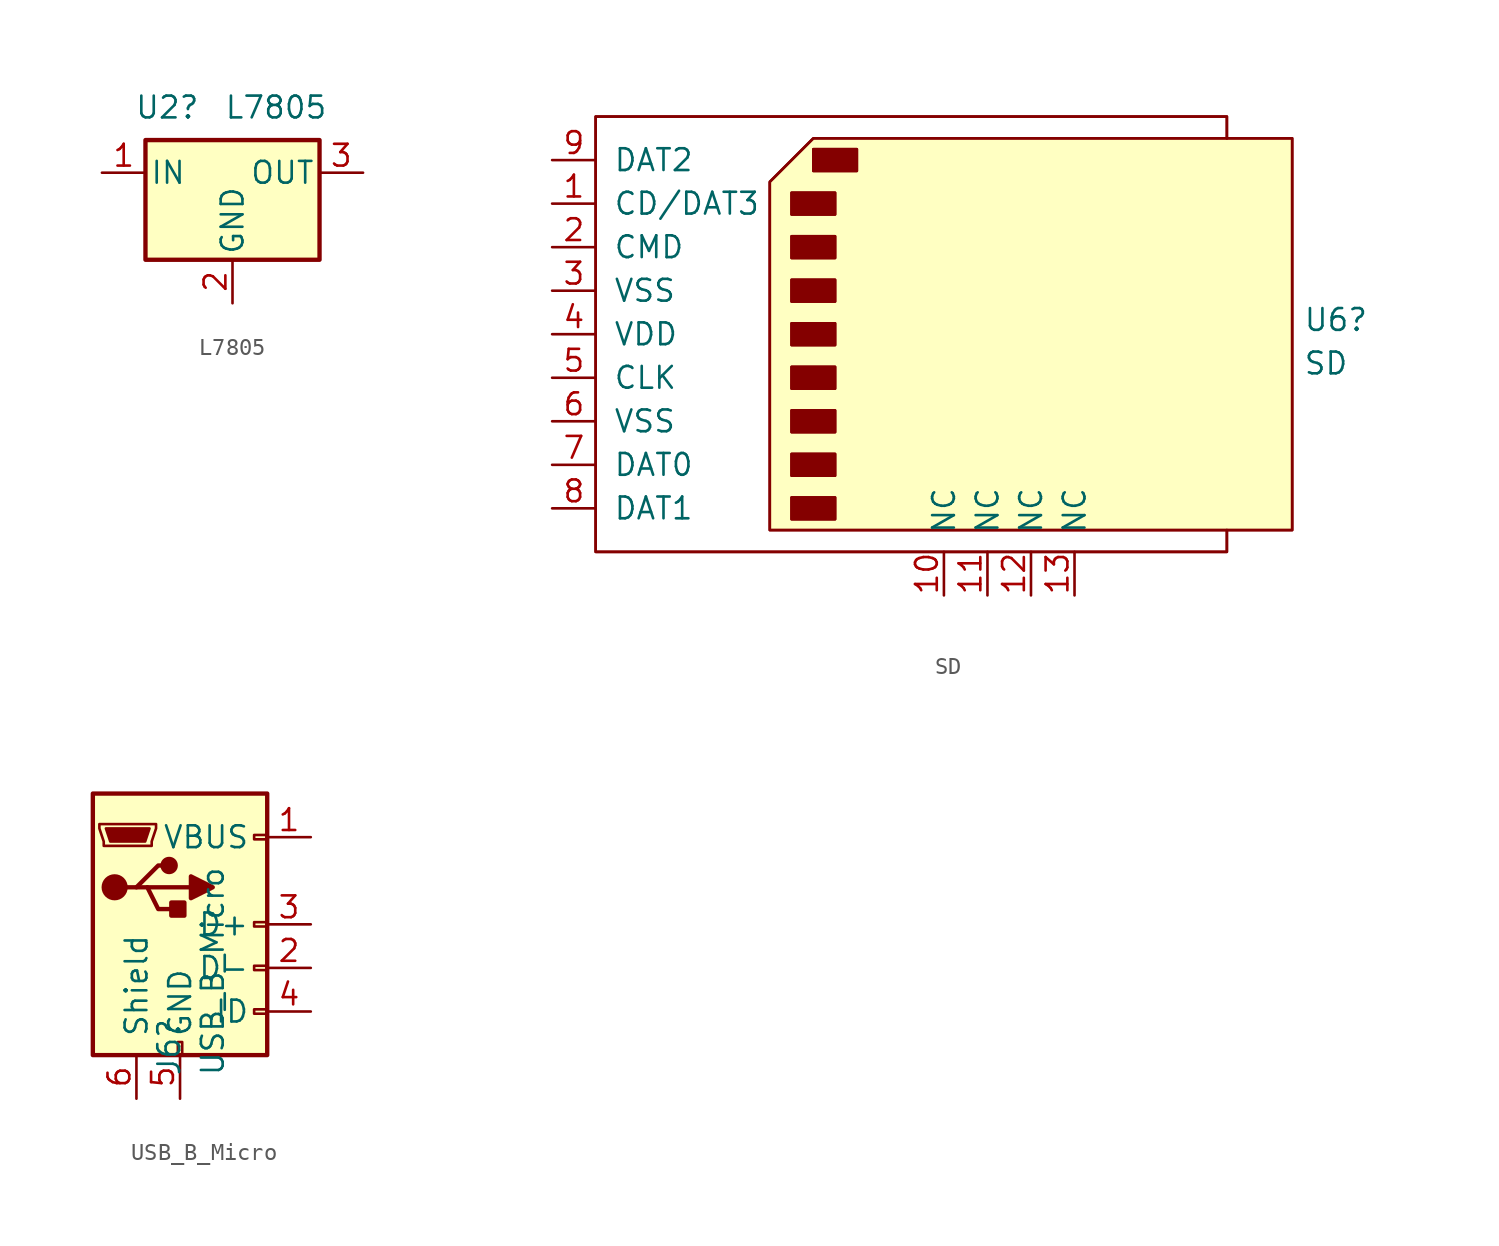
<source format=kicad_sym>
(kicad_symbol_lib
  (version 20220914)
  (generator kicad_symbol_editor)
  (symbol "L7805"
    (pin_names
      (offset 0.254))
    (property "Reference" "U2"
      (at -3.81 3.81 0)
      (effects (font (size 1.27 1.27))))
    (property "Value" "L7805"
      (at 2.54 3.81 0)
      (effects (font (size 1.27 1.27))))
    (symbol "L7805_0_1"
      (rectangle (start -5.08 1.905) (end 5.08 -5.08) (stroke (width 0.254) (type default)) (fill (type background))))
    (symbol "L7805_1_1"
      (pin input line (at -7.62 0 0) (length 2.54) (name "IN" (effects (font (size 1.27 1.27)))) (number "1" (effects (font (size 1.27 1.27)))))
      (pin power_in line (at 0 -7.62 90) (length 2.54) (name "GND" (effects (font (size 1.27 1.27)))) (number "2" (effects (font (size 1.27 1.27)))))
      (pin power_out line (at 7.62 0 180) (length 2.54) (name "OUT" (effects (font (size 1.27 1.27)))) (number "3" (effects (font (size 1.27 1.27)))))))
  (symbol "SD"
    (pin_names
      (offset 1.016))
    (property "Reference" "U6"
      (at 20.955 0.835 0)
      (effects (font (size 1.27 1.27)) (justify left)))
    (property "Value" "SD"
      (at 20.955 -1.702 0)
      (effects (font (size 1.27 1.27)) (justify left)))
    (symbol "SD_0_1"
      (rectangle (start -8.89 -9.525) (end -6.35 -10.795) (stroke (width 0) (type solid)) (fill (type outline)))
      (rectangle (start -8.89 -9.525) (end -6.35 -10.795) (stroke (width 0) (type solid)) (fill (type outline)))
      (rectangle (start -8.89 -6.985) (end -6.35 -8.255) (stroke (width 0) (type solid)) (fill (type outline)))
      (rectangle (start -8.89 -6.985) (end -6.35 -8.255) (stroke (width 0) (type solid)) (fill (type outline)))
      (rectangle (start -8.89 -4.445) (end -6.35 -5.715) (stroke (width 0) (type solid)) (fill (type outline)))
      (rectangle (start -8.89 -4.445) (end -6.35 -5.715) (stroke (width 0) (type solid)) (fill (type outline)))
      (rectangle (start -8.89 -1.905) (end -6.35 -3.175) (stroke (width 0) (type solid)) (fill (type outline)))
      (rectangle (start -8.89 -1.905) (end -6.35 -3.175) (stroke (width 0) (type solid)) (fill (type outline)))
      (rectangle (start -8.89 0.635) (end -6.35 -0.635) (stroke (width 0) (type solid)) (fill (type outline)))
      (rectangle (start -8.89 0.635) (end -6.35 -0.635) (stroke (width 0) (type solid)) (fill (type outline)))
      (rectangle (start -8.89 3.175) (end -6.35 1.905) (stroke (width 0) (type solid)) (fill (type outline)))
      (rectangle (start -8.89 3.175) (end -6.35 1.905) (stroke (width 0) (type solid)) (fill (type outline)))
      (rectangle (start -8.89 5.715) (end -6.35 4.445) (stroke (width 0) (type solid)) (fill (type outline)))
      (rectangle (start -8.89 5.715) (end -6.35 4.445) (stroke (width 0) (type solid)) (fill (type outline)))
      (rectangle (start -8.89 8.255) (end -6.35 6.985) (stroke (width 0) (type solid)) (fill (type outline)))
      (rectangle (start -8.89 8.255) (end -6.35 6.985) (stroke (width 0) (type solid)) (fill (type outline)))
      (rectangle (start -7.62 10.795) (end -5.08 9.525) (stroke (width 0) (type solid)) (fill (type outline)))
      (rectangle (start -7.62 10.795) (end -5.08 9.525) (stroke (width 0) (type solid)) (fill (type outline)))
      (polyline (pts (xy -10.16 8.89) (xy -7.62 11.43) (xy 20.32 11.43) (xy 20.32 -11.43) (xy -10.16 -11.43) (xy -10.16 8.89)) (stroke (width 0) (type solid)) (fill (type background)))
      (polyline (pts (xy -10.16 8.89) (xy -7.62 11.43) (xy 20.32 11.43) (xy 20.32 -11.43) (xy -10.16 -11.43) (xy -10.16 8.89)) (stroke (width 0) (type solid)) (fill (type background)))
      (polyline (pts (xy 16.51 11.43) (xy 16.51 12.7) (xy -20.32 12.7) (xy -20.32 -12.7) (xy 16.51 -12.7) (xy 16.51 -11.43)) (stroke (width 0) (type solid)) (fill (type none)))
      (polyline (pts (xy 16.51 11.43) (xy 16.51 12.7) (xy -20.32 12.7) (xy -20.32 -12.7) (xy 16.51 -12.7) (xy 16.51 -11.43)) (stroke (width 0) (type solid)) (fill (type none))))
    (symbol "SD_1_1"
      (pin input line (at -22.86 7.62 0) (length 2.54) (name "CD/DAT3" (effects (font (size 1.27 1.27)))) (number "1" (effects (font (size 1.27 1.27)))))
      (pin input line (at 0 -15.24 90) (length 2.54) (name "NC" (effects (font (size 1.27 1.27)))) (number "10" (effects (font (size 1.27 1.27)))))
      (pin input line (at 2.54 -15.24 90) (length 2.54) (name "NC" (effects (font (size 1.27 1.27)))) (number "11" (effects (font (size 1.27 1.27)))))
      (pin input line (at 5.08 -15.24 90) (length 2.54) (name "NC" (effects (font (size 1.27 1.27)))) (number "12" (effects (font (size 1.27 1.27)))))
      (pin input line (at 7.62 -15.24 90) (length 2.54) (name "NC" (effects (font (size 1.27 1.27)))) (number "13" (effects (font (size 1.27 1.27)))))
      (pin input line (at -22.86 5.08 0) (length 2.54) (name "CMD" (effects (font (size 1.27 1.27)))) (number "2" (effects (font (size 1.27 1.27)))))
      (pin power_in line (at -22.86 2.54 0) (length 2.54) (name "VSS" (effects (font (size 1.27 1.27)))) (number "3" (effects (font (size 1.27 1.27)))))
      (pin power_in line (at -22.86 0 0) (length 2.54) (name "VDD" (effects (font (size 1.27 1.27)))) (number "4" (effects (font (size 1.27 1.27)))))
      (pin input line (at -22.86 -2.54 0) (length 2.54) (name "CLK" (effects (font (size 1.27 1.27)))) (number "5" (effects (font (size 1.27 1.27)))))
      (pin power_in line (at -22.86 -5.08 0) (length 2.54) (name "VSS" (effects (font (size 1.27 1.27)))) (number "6" (effects (font (size 1.27 1.27)))))
      (pin output line (at -22.86 -7.62 0) (length 2.54) (name "DAT0" (effects (font (size 1.27 1.27)))) (number "7" (effects (font (size 1.27 1.27)))))
      (pin input line (at -22.86 -10.16 0) (length 2.54) (name "DAT1" (effects (font (size 1.27 1.27)))) (number "8" (effects (font (size 1.27 1.27)))))
      (pin input line (at -22.86 10.16 0) (length 2.54) (name "DAT2" (effects (font (size 1.27 1.27)))) (number "9" (effects (font (size 1.27 1.27)))))))
  (symbol "USB_B_Micro"
    (pin_names
      (offset 1.016))
    (property "Reference" "J6"
      (at -0.635 -8.89 90)
      (effects (font (size 1.27 1.27)) (justify left)))
    (property "Value" "USB_B_Micro"
      (at 1.905 -8.89 90)
      (effects (font (size 1.27 1.27)) (justify left)))
    (symbol "USB_B_Micro_0_1"
      (rectangle (start -5.08 -7.62) (end 5.08 7.62) (stroke (width 0.254) (type default)) (fill (type background)))
      (circle (center -3.81 2.159) (radius 0.635) (stroke (width 0.254) (type default)) (fill (type outline)))
      (circle (center -0.635 3.429) (radius 0.381) (stroke (width 0.254) (type default)) (fill (type outline)))
      (rectangle (start -0.127 -7.62) (end 0.127 -6.858) (stroke (width 0) (type default)) (fill (type none)))
      (polyline (pts (xy -1.905 2.159) (xy 0.635 2.159)) (stroke (width 0.254) (type default)) (fill (type none)))
      (polyline (pts (xy -3.175 2.159) (xy -2.54 2.159) (xy -1.27 3.429) (xy -0.635 3.429)) (stroke (width 0.254) (type default)) (fill (type none)))
      (polyline (pts (xy -2.54 2.159) (xy -1.905 2.159) (xy -1.27 0.889) (xy 0 0.889)) (stroke (width 0.254) (type default)) (fill (type none)))
      (polyline (pts (xy 0.635 2.794) (xy 0.635 1.524) (xy 1.905 2.159) (xy 0.635 2.794)) (stroke (width 0.254) (type default)) (fill (type outline)))
      (polyline (pts (xy -4.318 5.588) (xy -1.778 5.588) (xy -2.032 4.826) (xy -4.064 4.826) (xy -4.318 5.588)) (stroke (width 0) (type default)) (fill (type outline)))
      (polyline (pts (xy -4.699 5.842) (xy -4.699 5.588) (xy -4.445 4.826) (xy -4.445 4.572) (xy -1.651 4.572) (xy -1.651 4.826) (xy -1.397 5.588) (xy -1.397 5.842) (xy -4.699 5.842)) (stroke (width 0) (type default)) (fill (type none)))
      (rectangle (start 0.254 1.27) (end -0.508 0.508) (stroke (width 0.254) (type default)) (fill (type outline)))
      (rectangle (start 5.08 -5.207) (end 4.318 -4.953) (stroke (width 0) (type default)) (fill (type none)))
      (rectangle (start 5.08 -2.667) (end 4.318 -2.413) (stroke (width 0) (type default)) (fill (type none)))
      (rectangle (start 5.08 -0.127) (end 4.318 0.127) (stroke (width 0) (type default)) (fill (type none)))
      (rectangle (start 5.08 4.953) (end 4.318 5.207) (stroke (width 0) (type default)) (fill (type none))))
    (symbol "USB_B_Micro_1_1"
      (pin power_in line (at 7.62 5.08 180) (length 2.54) (name "VBUS" (effects (font (size 1.27 1.27)))) (number "1" (effects (font (size 1.27 1.27)))))
      (pin bidirectional line (at 7.62 -2.54 180) (length 2.54) (name "D-" (effects (font (size 1.27 1.27)))) (number "2" (effects (font (size 1.27 1.27)))))
      (pin bidirectional line (at 7.62 0 180) (length 2.54) (name "D+" (effects (font (size 1.27 1.27)))) (number "3" (effects (font (size 1.27 1.27)))))
      (pin passive line (at 7.62 -5.08 180) (length 2.54) (name "ID" (effects (font (size 1.27 1.27)))) (number "4" (effects (font (size 1.27 1.27)))))
      (pin power_out line (at 0 -10.16 90) (length 2.54) (name "GND" (effects (font (size 1.27 1.27)))) (number "5" (effects (font (size 1.27 1.27)))))
      (pin passive line (at -2.54 -10.16 90) (length 2.54) (name "Shield" (effects (font (size 1.27 1.27)))) (number "6" (effects (font (size 1.27 1.27))))))))
</source>
